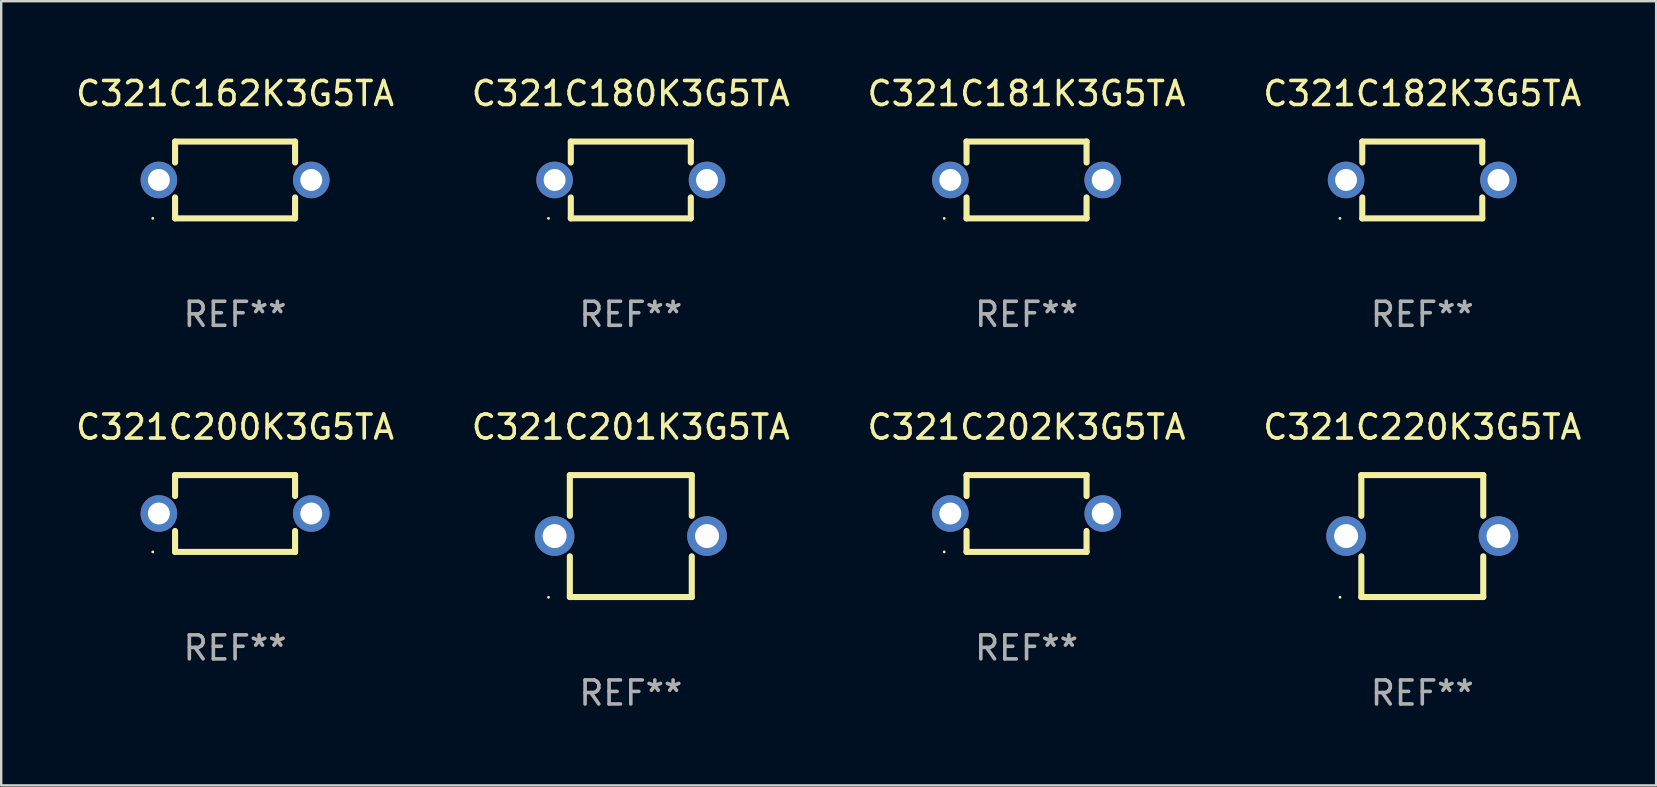
<source format=kicad_pcb>
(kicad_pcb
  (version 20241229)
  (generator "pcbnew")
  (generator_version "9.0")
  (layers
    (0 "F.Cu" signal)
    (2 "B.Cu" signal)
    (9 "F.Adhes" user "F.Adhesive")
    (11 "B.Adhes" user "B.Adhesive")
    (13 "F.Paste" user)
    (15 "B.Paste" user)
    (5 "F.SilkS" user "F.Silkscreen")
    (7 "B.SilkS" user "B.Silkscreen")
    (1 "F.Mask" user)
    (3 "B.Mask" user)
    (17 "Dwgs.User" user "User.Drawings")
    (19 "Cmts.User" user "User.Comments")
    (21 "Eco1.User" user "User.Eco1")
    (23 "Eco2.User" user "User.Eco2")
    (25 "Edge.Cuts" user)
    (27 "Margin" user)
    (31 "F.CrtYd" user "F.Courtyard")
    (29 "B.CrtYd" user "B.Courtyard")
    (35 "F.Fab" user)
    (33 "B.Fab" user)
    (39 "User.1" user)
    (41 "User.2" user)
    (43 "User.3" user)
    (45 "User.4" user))
  (footprint "C321C180K3G5TA"
    (layer "F.Cu")
    (at 23.232 4.448)
    (property "Reference" "C321C180K3G5TA" (at 0 -3.6 0) (layer "F.SilkS") (effects (font (size 1 1) (thickness 0.15))))
    (attr through_hole)
    (fp_line (start -2.5 -1.6) (end 2.5 -1.6) (stroke (width 0.254) (type solid)) (layer "F.SilkS"))
    (fp_line (start -2.5 -0.728) (end -2.5 -1.6) (stroke (width 0.254) (type solid)) (layer "F.SilkS"))
    (fp_line (start -2.5 1.6) (end -2.5 0.728) (stroke (width 0.254) (type solid)) (layer "F.SilkS"))
    (fp_line (start 2.5 -1.6) (end 2.5 -0.728) (stroke (width 0.254) (type solid)) (layer "F.SilkS"))
    (fp_line (start 2.5 0.728) (end 2.5 1.6) (stroke (width 0.254) (type solid)) (layer "F.SilkS"))
    (fp_line (start 2.5 1.6) (end -2.5 1.6) (stroke (width 0.254) (type solid)) (layer "F.SilkS"))
    (fp_circle (center -3.43 1.6) (end -3.4 1.6) (stroke (width 0.06) (type solid)) (fill no) (layer "F.SilkS"))
    (fp_text user "REF**" (at 0 5.6 0) (layer "F.Fab") (effects (font (size 1 1) (thickness 0.15))))
    (pad "1" thru_hole circle (at -3.175 0) (size 1.524 1.524) (drill 0.914) (layers "*.Cu" "*.Mask"))
    (pad "2" thru_hole circle (at 3.175 0) (size 1.524 1.524) (drill 0.914) (layers "*.Cu" "*.Mask")))
  (footprint "C321C200K3G5TA"
    (layer "F.Cu")
    (at 6.744 18.345)
    (property "Reference" "C321C200K3G5TA" (at 0 -3.6 0) (layer "F.SilkS") (effects (font (size 1 1) (thickness 0.15))))
    (attr through_hole)
    (fp_line (start -2.5 -1.6) (end 2.5 -1.6) (stroke (width 0.254) (type solid)) (layer "F.SilkS"))
    (fp_line (start -2.5 -0.728) (end -2.5 -1.6) (stroke (width 0.254) (type solid)) (layer "F.SilkS"))
    (fp_line (start -2.5 1.6) (end -2.5 0.728) (stroke (width 0.254) (type solid)) (layer "F.SilkS"))
    (fp_line (start 2.5 -1.6) (end 2.5 -0.728) (stroke (width 0.254) (type solid)) (layer "F.SilkS"))
    (fp_line (start 2.5 0.728) (end 2.5 1.6) (stroke (width 0.254) (type solid)) (layer "F.SilkS"))
    (fp_line (start 2.5 1.6) (end -2.5 1.6) (stroke (width 0.254) (type solid)) (layer "F.SilkS"))
    (fp_circle (center -3.43 1.6) (end -3.4 1.6) (stroke (width 0.06) (type solid)) (fill no) (layer "F.SilkS"))
    (fp_text user "REF**" (at 0 5.6 0) (layer "F.Fab") (effects (font (size 1 1) (thickness 0.15))))
    (pad "1" thru_hole circle (at -3.175 0) (size 1.524 1.524) (drill 0.914) (layers "*.Cu" "*.Mask"))
    (pad "2" thru_hole circle (at 3.175 0) (size 1.524 1.524) (drill 0.914) (layers "*.Cu" "*.Mask")))
  (footprint "C321C220K3G5TA"
    (layer "F.Cu")
    (at 56.208 19.285)
    (property "Reference" "C321C220K3G5TA" (at 0 -4.54 0) (layer "F.SilkS") (effects (font (size 1 1) (thickness 0.15))))
    (attr through_hole)
    (fp_line (start -2.54 -2.54) (end -2.54 -0.843) (stroke (width 0.254) (type solid)) (layer "F.SilkS"))
    (fp_line (start -2.54 0.843) (end -2.54 2.54) (stroke (width 0.254) (type solid)) (layer "F.SilkS"))
    (fp_line (start -2.54 2.54) (end 2.54 2.54) (stroke (width 0.254) (type solid)) (layer "F.SilkS"))
    (fp_line (start 2.54 -2.54) (end -2.54 -2.54) (stroke (width 0.254) (type solid)) (layer "F.SilkS"))
    (fp_line (start 2.54 -0.843) (end 2.54 -2.54) (stroke (width 0.254) (type solid)) (layer "F.SilkS"))
    (fp_line (start 2.54 2.54) (end 2.54 0.843) (stroke (width 0.254) (type solid)) (layer "F.SilkS"))
    (fp_circle (center -3.428 2.55) (end -3.398 2.55) (stroke (width 0.06) (type solid)) (fill no) (layer "F.SilkS"))
    (fp_text user "REF**" (at 0 6.54 0) (layer "F.Fab") (effects (font (size 1 1) (thickness 0.15))))
    (pad "1" thru_hole circle (at -3.175 0) (size 1.65 1.65) (drill 1) (layers "*.Cu" "*.Mask"))
    (pad "2" thru_hole circle (at 3.175 0) (size 1.65 1.65) (drill 1) (layers "*.Cu" "*.Mask")))
  (footprint "C321C182K3G5TA"
    (layer "F.Cu")
    (at 56.208 4.448)
    (property "Reference" "C321C182K3G5TA" (at 0 -3.6 0) (layer "F.SilkS") (effects (font (size 1 1) (thickness 0.15))))
    (attr through_hole)
    (fp_line (start -2.5 -1.6) (end 2.5 -1.6) (stroke (width 0.254) (type solid)) (layer "F.SilkS"))
    (fp_line (start -2.5 -0.728) (end -2.5 -1.6) (stroke (width 0.254) (type solid)) (layer "F.SilkS"))
    (fp_line (start -2.5 1.6) (end -2.5 0.728) (stroke (width 0.254) (type solid)) (layer "F.SilkS"))
    (fp_line (start 2.5 -1.6) (end 2.5 -0.728) (stroke (width 0.254) (type solid)) (layer "F.SilkS"))
    (fp_line (start 2.5 0.728) (end 2.5 1.6) (stroke (width 0.254) (type solid)) (layer "F.SilkS"))
    (fp_line (start 2.5 1.6) (end -2.5 1.6) (stroke (width 0.254) (type solid)) (layer "F.SilkS"))
    (fp_circle (center -3.43 1.6) (end -3.4 1.6) (stroke (width 0.06) (type solid)) (fill no) (layer "F.SilkS"))
    (fp_text user "REF**" (at 0 5.6 0) (layer "F.Fab") (effects (font (size 1 1) (thickness 0.15))))
    (pad "1" thru_hole circle (at -3.175 0) (size 1.524 1.524) (drill 0.914) (layers "*.Cu" "*.Mask"))
    (pad "2" thru_hole circle (at 3.175 0) (size 1.524 1.524) (drill 0.914) (layers "*.Cu" "*.Mask")))
  (footprint "C321C201K3G5TA"
    (layer "F.Cu")
    (at 23.232 19.285)
    (property "Reference" "C321C201K3G5TA" (at 0 -4.54 0) (layer "F.SilkS") (effects (font (size 1 1) (thickness 0.15))))
    (attr through_hole)
    (fp_line (start -2.54 -2.54) (end -2.54 -0.843) (stroke (width 0.254) (type solid)) (layer "F.SilkS"))
    (fp_line (start -2.54 0.843) (end -2.54 2.54) (stroke (width 0.254) (type solid)) (layer "F.SilkS"))
    (fp_line (start -2.54 2.54) (end 2.54 2.54) (stroke (width 0.254) (type solid)) (layer "F.SilkS"))
    (fp_line (start 2.54 -2.54) (end -2.54 -2.54) (stroke (width 0.254) (type solid)) (layer "F.SilkS"))
    (fp_line (start 2.54 -0.843) (end 2.54 -2.54) (stroke (width 0.254) (type solid)) (layer "F.SilkS"))
    (fp_line (start 2.54 2.54) (end 2.54 0.843) (stroke (width 0.254) (type solid)) (layer "F.SilkS"))
    (fp_circle (center -3.428 2.55) (end -3.398 2.55) (stroke (width 0.06) (type solid)) (fill no) (layer "F.SilkS"))
    (fp_text user "REF**" (at 0 6.54 0) (layer "F.Fab") (effects (font (size 1 1) (thickness 0.15))))
    (pad "1" thru_hole circle (at -3.175 0) (size 1.65 1.65) (drill 1) (layers "*.Cu" "*.Mask"))
    (pad "2" thru_hole circle (at 3.175 0) (size 1.65 1.65) (drill 1) (layers "*.Cu" "*.Mask")))
  (footprint "C321C202K3G5TA"
    (layer "F.Cu")
    (at 39.72 18.345)
    (property "Reference" "C321C202K3G5TA" (at 0 -3.6 0) (layer "F.SilkS") (effects (font (size 1 1) (thickness 0.15))))
    (attr through_hole)
    (fp_line (start -2.5 -1.6) (end 2.5 -1.6) (stroke (width 0.254) (type solid)) (layer "F.SilkS"))
    (fp_line (start -2.5 -0.728) (end -2.5 -1.6) (stroke (width 0.254) (type solid)) (layer "F.SilkS"))
    (fp_line (start -2.5 1.6) (end -2.5 0.728) (stroke (width 0.254) (type solid)) (layer "F.SilkS"))
    (fp_line (start 2.5 -1.6) (end 2.5 -0.728) (stroke (width 0.254) (type solid)) (layer "F.SilkS"))
    (fp_line (start 2.5 0.728) (end 2.5 1.6) (stroke (width 0.254) (type solid)) (layer "F.SilkS"))
    (fp_line (start 2.5 1.6) (end -2.5 1.6) (stroke (width 0.254) (type solid)) (layer "F.SilkS"))
    (fp_circle (center -3.43 1.6) (end -3.4 1.6) (stroke (width 0.06) (type solid)) (fill no) (layer "F.SilkS"))
    (fp_text user "REF**" (at 0 5.6 0) (layer "F.Fab") (effects (font (size 1 1) (thickness 0.15))))
    (pad "1" thru_hole circle (at -3.175 0) (size 1.524 1.524) (drill 0.914) (layers "*.Cu" "*.Mask"))
    (pad "2" thru_hole circle (at 3.175 0) (size 1.524 1.524) (drill 0.914) (layers "*.Cu" "*.Mask")))
  (footprint "C321C162K3G5TA"
    (layer "F.Cu")
    (at 6.744 4.448)
    (property "Reference" "C321C162K3G5TA" (at 0 -3.6 0) (layer "F.SilkS") (effects (font (size 1 1) (thickness 0.15))))
    (attr through_hole)
    (fp_line (start -2.5 -1.6) (end 2.5 -1.6) (stroke (width 0.254) (type solid)) (layer "F.SilkS"))
    (fp_line (start -2.5 -0.728) (end -2.5 -1.6) (stroke (width 0.254) (type solid)) (layer "F.SilkS"))
    (fp_line (start -2.5 1.6) (end -2.5 0.728) (stroke (width 0.254) (type solid)) (layer "F.SilkS"))
    (fp_line (start 2.5 -1.6) (end 2.5 -0.728) (stroke (width 0.254) (type solid)) (layer "F.SilkS"))
    (fp_line (start 2.5 0.728) (end 2.5 1.6) (stroke (width 0.254) (type solid)) (layer "F.SilkS"))
    (fp_line (start 2.5 1.6) (end -2.5 1.6) (stroke (width 0.254) (type solid)) (layer "F.SilkS"))
    (fp_circle (center -3.43 1.6) (end -3.4 1.6) (stroke (width 0.06) (type solid)) (fill no) (layer "F.SilkS"))
    (fp_text user "REF**" (at 0 5.6 0) (layer "F.Fab") (effects (font (size 1 1) (thickness 0.15))))
    (pad "1" thru_hole circle (at -3.175 0) (size 1.524 1.524) (drill 0.914) (layers "*.Cu" "*.Mask"))
    (pad "2" thru_hole circle (at 3.175 0) (size 1.524 1.524) (drill 0.914) (layers "*.Cu" "*.Mask")))
  (footprint "C321C181K3G5TA"
    (layer "F.Cu")
    (at 39.72 4.448)
    (property "Reference" "C321C181K3G5TA" (at 0 -3.6 0) (layer "F.SilkS") (effects (font (size 1 1) (thickness 0.15))))
    (attr through_hole)
    (fp_line (start -2.5 -1.6) (end 2.5 -1.6) (stroke (width 0.254) (type solid)) (layer "F.SilkS"))
    (fp_line (start -2.5 -0.728) (end -2.5 -1.6) (stroke (width 0.254) (type solid)) (layer "F.SilkS"))
    (fp_line (start -2.5 1.6) (end -2.5 0.728) (stroke (width 0.254) (type solid)) (layer "F.SilkS"))
    (fp_line (start 2.5 -1.6) (end 2.5 -0.728) (stroke (width 0.254) (type solid)) (layer "F.SilkS"))
    (fp_line (start 2.5 0.728) (end 2.5 1.6) (stroke (width 0.254) (type solid)) (layer "F.SilkS"))
    (fp_line (start 2.5 1.6) (end -2.5 1.6) (stroke (width 0.254) (type solid)) (layer "F.SilkS"))
    (fp_circle (center -3.43 1.6) (end -3.4 1.6) (stroke (width 0.06) (type solid)) (fill no) (layer "F.SilkS"))
    (fp_text user "REF**" (at 0 5.6 0) (layer "F.Fab") (effects (font (size 1 1) (thickness 0.15))))
    (pad "1" thru_hole circle (at -3.175 0) (size 1.524 1.524) (drill 0.914) (layers "*.Cu" "*.Mask"))
    (pad "2" thru_hole circle (at 3.175 0) (size 1.524 1.524) (drill 0.914) (layers "*.Cu" "*.Mask")))
  (gr_rect
    (start -3 -3)
    (end 65.952 29.673)
    (stroke (width 0.1) (type default))
    (fill no)
    (layer "Edge.Cuts")))
</source>
